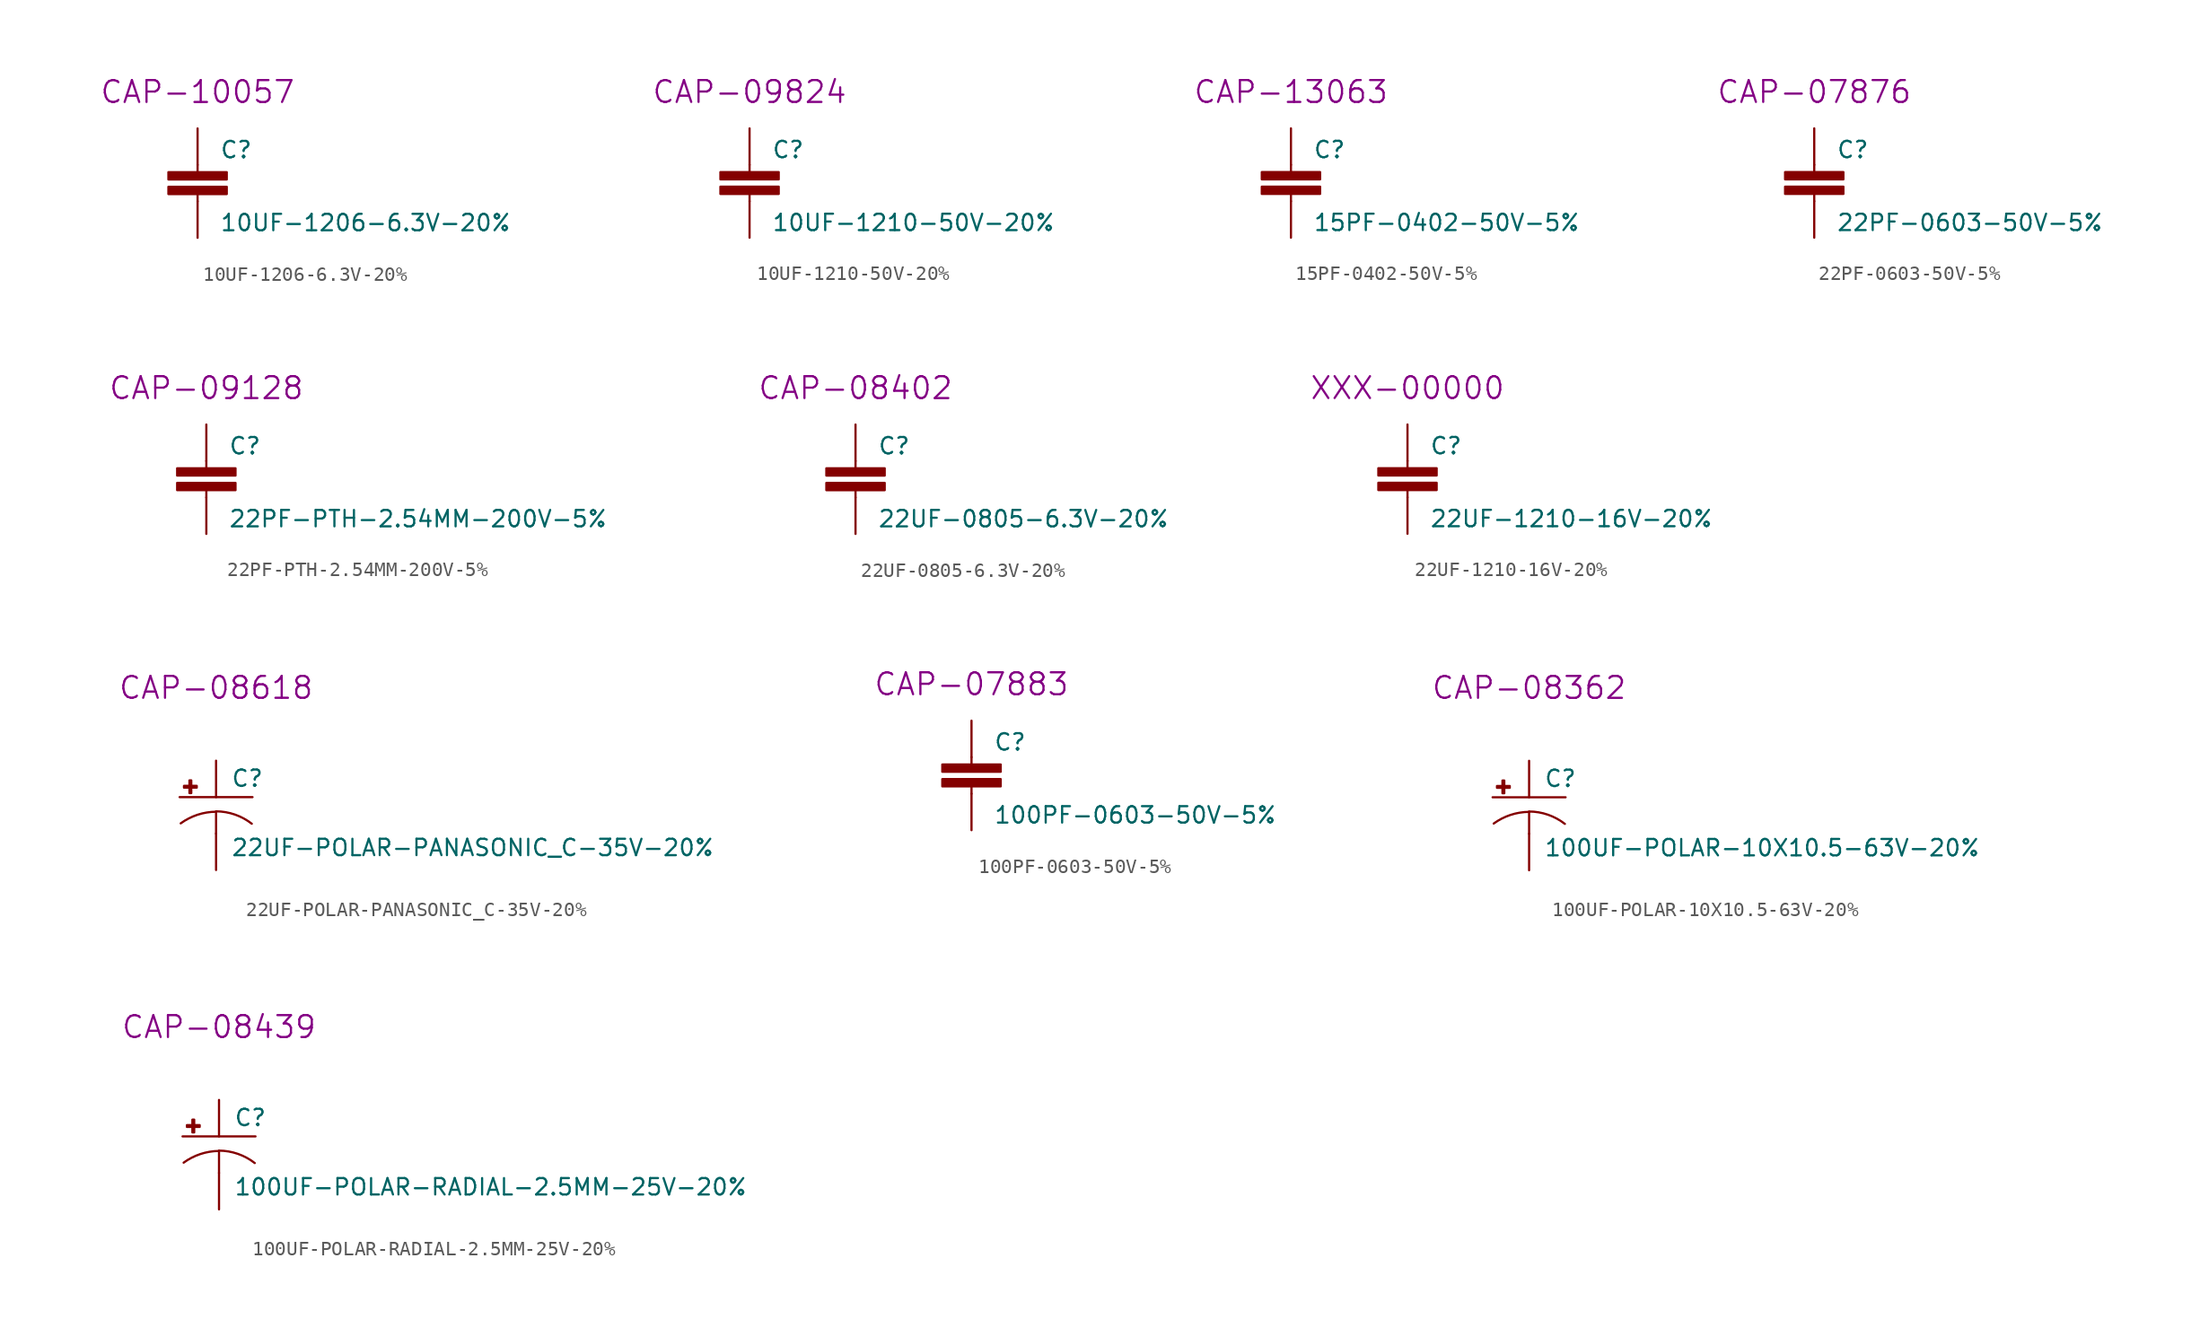
<source format=kicad_sym>
(kicad_symbol_lib
  (version 20211014)
  (generator kicad_symbol_editor)
  (symbol "10UF-1206-6.3V-20%"
    (pin_numbers hide)
    (pin_names
      (offset 1.016) hide)
    (property "Reference" "C"
      (at 1.524 2.921 0)
      (effects (font (size 1.143 1.143)) (justify left bottom)))
    (property "Value" "10UF-1206-6.3V-20%"
      (at 1.524 -2.159 0)
      (effects (font (size 1.143 1.143)) (justify left bottom)))
    (property "Field4" "CAP-10057"
      (at 0 7.62 0)
      (effects (font (size 1.524 1.524))))
    (property "ki_locked" ""
      (at 0 0 0)
      (effects (font (size 1.27 1.27))))
    (symbol "10UF-1206-6.3V-20%_1_0"
      (polyline (pts (xy 0 0) (xy 0 0.508)) (stroke (width 0) (type default) (color 0 0 0 0)) (fill (type none)))
      (polyline (pts (xy 0 2.54) (xy 0 2.032)) (stroke (width 0) (type default) (color 0 0 0 0)) (fill (type none))))
    (symbol "10UF-1206-6.3V-20%_1_1"
      (rectangle (start -2.032 0.508) (end 2.032 1.016) (stroke (width 0) (type default) (color 0 0 0 0)) (fill (type outline)))
      (rectangle (start -2.032 1.524) (end 2.032 2.032) (stroke (width 0) (type default) (color 0 0 0 0)) (fill (type outline)))
      (pin passive line (at 0 5.08 270) (length 2.54) (name "1" (effects (font (size 1.016 1.016)))) (number "1" (effects (font (size 1.016 1.016)))))
      (pin passive line (at 0 -2.54 90) (length 2.54) (name "2" (effects (font (size 1.016 1.016)))) (number "2" (effects (font (size 1.016 1.016)))))))
  (symbol "10UF-1210-50V-20%"
    (pin_numbers hide)
    (pin_names
      (offset 1.016) hide)
    (property "Reference" "C"
      (at 1.524 2.921 0)
      (effects (font (size 1.143 1.143)) (justify left bottom)))
    (property "Value" "10UF-1210-50V-20%"
      (at 1.524 -2.159 0)
      (effects (font (size 1.143 1.143)) (justify left bottom)))
    (property "Field4" "CAP-09824"
      (at 0 7.62 0)
      (effects (font (size 1.524 1.524))))
    (property "ki_locked" ""
      (at 0 0 0)
      (effects (font (size 1.27 1.27))))
    (symbol "10UF-1210-50V-20%_1_0"
      (polyline (pts (xy 0 0) (xy 0 0.508)) (stroke (width 0) (type default) (color 0 0 0 0)) (fill (type none)))
      (polyline (pts (xy 0 2.54) (xy 0 2.032)) (stroke (width 0) (type default) (color 0 0 0 0)) (fill (type none))))
    (symbol "10UF-1210-50V-20%_1_1"
      (rectangle (start -2.032 0.508) (end 2.032 1.016) (stroke (width 0) (type default) (color 0 0 0 0)) (fill (type outline)))
      (rectangle (start -2.032 1.524) (end 2.032 2.032) (stroke (width 0) (type default) (color 0 0 0 0)) (fill (type outline)))
      (pin passive line (at 0 5.08 270) (length 2.54) (name "1" (effects (font (size 1.016 1.016)))) (number "1" (effects (font (size 1.016 1.016)))))
      (pin passive line (at 0 -2.54 90) (length 2.54) (name "2" (effects (font (size 1.016 1.016)))) (number "2" (effects (font (size 1.016 1.016)))))))
  (symbol "15PF-0402-50V-5%"
    (pin_numbers hide)
    (pin_names
      (offset 1.016) hide)
    (property "Reference" "C"
      (at 1.524 2.921 0)
      (effects (font (size 1.143 1.143)) (justify left bottom)))
    (property "Value" "15PF-0402-50V-5%"
      (at 1.524 -2.159 0)
      (effects (font (size 1.143 1.143)) (justify left bottom)))
    (property "Field4" "CAP-13063"
      (at 0 7.62 0)
      (effects (font (size 1.524 1.524))))
    (property "ki_locked" ""
      (at 0 0 0)
      (effects (font (size 1.27 1.27))))
    (symbol "15PF-0402-50V-5%_1_0"
      (polyline (pts (xy 0 0) (xy 0 0.508)) (stroke (width 0) (type default) (color 0 0 0 0)) (fill (type none)))
      (polyline (pts (xy 0 2.54) (xy 0 2.032)) (stroke (width 0) (type default) (color 0 0 0 0)) (fill (type none))))
    (symbol "15PF-0402-50V-5%_1_1"
      (rectangle (start -2.032 0.508) (end 2.032 1.016) (stroke (width 0) (type default) (color 0 0 0 0)) (fill (type outline)))
      (rectangle (start -2.032 1.524) (end 2.032 2.032) (stroke (width 0) (type default) (color 0 0 0 0)) (fill (type outline)))
      (pin passive line (at 0 5.08 270) (length 2.54) (name "1" (effects (font (size 1.016 1.016)))) (number "1" (effects (font (size 1.016 1.016)))))
      (pin passive line (at 0 -2.54 90) (length 2.54) (name "2" (effects (font (size 1.016 1.016)))) (number "2" (effects (font (size 1.016 1.016)))))))
  (symbol "22PF-0603-50V-5%"
    (pin_numbers hide)
    (pin_names
      (offset 1.016) hide)
    (property "Reference" "C"
      (at 1.524 2.921 0)
      (effects (font (size 1.143 1.143)) (justify left bottom)))
    (property "Value" "22PF-0603-50V-5%"
      (at 1.524 -2.159 0)
      (effects (font (size 1.143 1.143)) (justify left bottom)))
    (property "Field4" "CAP-07876"
      (at 0 7.62 0)
      (effects (font (size 1.524 1.524))))
    (property "ki_locked" ""
      (at 0 0 0)
      (effects (font (size 1.27 1.27))))
    (symbol "22PF-0603-50V-5%_1_0"
      (polyline (pts (xy 0 0) (xy 0 0.508)) (stroke (width 0) (type default) (color 0 0 0 0)) (fill (type none)))
      (polyline (pts (xy 0 2.54) (xy 0 2.032)) (stroke (width 0) (type default) (color 0 0 0 0)) (fill (type none))))
    (symbol "22PF-0603-50V-5%_1_1"
      (rectangle (start -2.032 0.508) (end 2.032 1.016) (stroke (width 0) (type default) (color 0 0 0 0)) (fill (type outline)))
      (rectangle (start -2.032 1.524) (end 2.032 2.032) (stroke (width 0) (type default) (color 0 0 0 0)) (fill (type outline)))
      (pin passive line (at 0 5.08 270) (length 2.54) (name "1" (effects (font (size 1.016 1.016)))) (number "1" (effects (font (size 1.016 1.016)))))
      (pin passive line (at 0 -2.54 90) (length 2.54) (name "2" (effects (font (size 1.016 1.016)))) (number "2" (effects (font (size 1.016 1.016)))))))
  (symbol "22PF-PTH-2.54MM-200V-5%"
    (pin_numbers hide)
    (pin_names
      (offset 1.016) hide)
    (property "Reference" "C"
      (at 1.524 2.921 0)
      (effects (font (size 1.143 1.143)) (justify left bottom)))
    (property "Value" "22PF-PTH-2.54MM-200V-5%"
      (at 1.524 -2.159 0)
      (effects (font (size 1.143 1.143)) (justify left bottom)))
    (property "Field4" "CAP-09128"
      (at 0 7.62 0)
      (effects (font (size 1.524 1.524))))
    (property "ki_locked" ""
      (at 0 0 0)
      (effects (font (size 1.27 1.27))))
    (symbol "22PF-PTH-2.54MM-200V-5%_1_0"
      (polyline (pts (xy 0 0) (xy 0 0.508)) (stroke (width 0) (type default) (color 0 0 0 0)) (fill (type none)))
      (polyline (pts (xy 0 2.54) (xy 0 2.032)) (stroke (width 0) (type default) (color 0 0 0 0)) (fill (type none))))
    (symbol "22PF-PTH-2.54MM-200V-5%_1_1"
      (rectangle (start -2.032 0.508) (end 2.032 1.016) (stroke (width 0) (type default) (color 0 0 0 0)) (fill (type outline)))
      (rectangle (start -2.032 1.524) (end 2.032 2.032) (stroke (width 0) (type default) (color 0 0 0 0)) (fill (type outline)))
      (pin passive line (at 0 5.08 270) (length 2.54) (name "1" (effects (font (size 1.016 1.016)))) (number "1" (effects (font (size 1.016 1.016)))))
      (pin passive line (at 0 -2.54 90) (length 2.54) (name "2" (effects (font (size 1.016 1.016)))) (number "2" (effects (font (size 1.016 1.016)))))))
  (symbol "22UF-0805-6.3V-20%"
    (pin_numbers hide)
    (pin_names
      (offset 1.016) hide)
    (property "Reference" "C"
      (at 1.524 2.921 0)
      (effects (font (size 1.143 1.143)) (justify left bottom)))
    (property "Value" "22UF-0805-6.3V-20%"
      (at 1.524 -2.159 0)
      (effects (font (size 1.143 1.143)) (justify left bottom)))
    (property "Field4" "CAP-08402"
      (at 0 7.62 0)
      (effects (font (size 1.524 1.524))))
    (property "ki_locked" ""
      (at 0 0 0)
      (effects (font (size 1.27 1.27))))
    (symbol "22UF-0805-6.3V-20%_1_0"
      (polyline (pts (xy 0 0) (xy 0 0.508)) (stroke (width 0) (type default) (color 0 0 0 0)) (fill (type none)))
      (polyline (pts (xy 0 2.54) (xy 0 2.032)) (stroke (width 0) (type default) (color 0 0 0 0)) (fill (type none))))
    (symbol "22UF-0805-6.3V-20%_1_1"
      (rectangle (start -2.032 0.508) (end 2.032 1.016) (stroke (width 0) (type default) (color 0 0 0 0)) (fill (type outline)))
      (rectangle (start -2.032 1.524) (end 2.032 2.032) (stroke (width 0) (type default) (color 0 0 0 0)) (fill (type outline)))
      (pin passive line (at 0 5.08 270) (length 2.54) (name "1" (effects (font (size 1.016 1.016)))) (number "1" (effects (font (size 1.016 1.016)))))
      (pin passive line (at 0 -2.54 90) (length 2.54) (name "2" (effects (font (size 1.016 1.016)))) (number "2" (effects (font (size 1.016 1.016)))))))
  (symbol "22UF-1210-16V-20%"
    (pin_numbers hide)
    (pin_names
      (offset 1.016) hide)
    (property "Reference" "C"
      (at 1.524 2.921 0)
      (effects (font (size 1.143 1.143)) (justify left bottom)))
    (property "Value" "22UF-1210-16V-20%"
      (at 1.524 -2.159 0)
      (effects (font (size 1.143 1.143)) (justify left bottom)))
    (property "Field4" "XXX-00000"
      (at 0 7.62 0)
      (effects (font (size 1.524 1.524))))
    (property "ki_locked" ""
      (at 0 0 0)
      (effects (font (size 1.27 1.27))))
    (symbol "22UF-1210-16V-20%_1_0"
      (polyline (pts (xy 0 0) (xy 0 0.508)) (stroke (width 0) (type default) (color 0 0 0 0)) (fill (type none)))
      (polyline (pts (xy 0 2.54) (xy 0 2.032)) (stroke (width 0) (type default) (color 0 0 0 0)) (fill (type none))))
    (symbol "22UF-1210-16V-20%_1_1"
      (rectangle (start -2.032 0.508) (end 2.032 1.016) (stroke (width 0) (type default) (color 0 0 0 0)) (fill (type outline)))
      (rectangle (start -2.032 1.524) (end 2.032 2.032) (stroke (width 0) (type default) (color 0 0 0 0)) (fill (type outline)))
      (pin passive line (at 0 5.08 270) (length 2.54) (name "1" (effects (font (size 1.016 1.016)))) (number "1" (effects (font (size 1.016 1.016)))))
      (pin passive line (at 0 -2.54 90) (length 2.54) (name "2" (effects (font (size 1.016 1.016)))) (number "2" (effects (font (size 1.016 1.016)))))))
  (symbol "22UF-POLAR-PANASONIC_C-35V-20%"
    (pin_numbers hide)
    (pin_names
      (offset 1.016) hide)
    (property "Reference" "C"
      (at 1.016 0.635 0)
      (effects (font (size 1.143 1.143)) (justify left bottom)))
    (property "Value" "22UF-POLAR-PANASONIC_C-35V-20%"
      (at 1.016 -4.191 0)
      (effects (font (size 1.143 1.143)) (justify left bottom)))
    (property "Field4" "CAP-08618"
      (at 0 7.62 0)
      (effects (font (size 1.524 1.524))))
    (property "ki_locked" ""
      (at 0 0 0)
      (effects (font (size 1.27 1.27))))
    (symbol "22UF-POLAR-PANASONIC_C-35V-20%_1_0"
      (polyline (pts (xy -2.54 0) (xy 2.54 0)) (stroke (width 0) (type default) (color 0 0 0 0)) (fill (type none)))
      (polyline (pts (xy 0 -1.016) (xy 0 -2.54)) (stroke (width 0) (type default) (color 0 0 0 0)) (fill (type none))))
    (symbol "22UF-POLAR-PANASONIC_C-35V-20%_1_1"
      (rectangle (start -2.235 0.66) (end -1.346 0.787) (stroke (width 0) (type default) (color 0 0 0 0)) (fill (type outline)))
      (rectangle (start -1.854 0.279) (end -1.727 1.168) (stroke (width 0) (type default) (color 0 0 0 0)) (fill (type outline)))
      (arc (start 0 -1.016) (mid -1.2939 -1.2289) (end -2.4638 -1.8288) (stroke (width 0) (type default) (color 0 0 0 0)) (fill (type none)))
      (arc (start 2.4892 -1.8542) (mid 1.3167 -1.2157) (end 0 -0.9906) (stroke (width 0) (type default) (color 0 0 0 0)) (fill (type none)))
      (pin passive line (at 0 2.54 270) (length 2.54) (name "+" (effects (font (size 1.016 1.016)))) (number "+" (effects (font (size 1.016 1.016)))))
      (pin passive line (at 0 -5.08 90) (length 2.54) (name "-" (effects (font (size 1.016 1.016)))) (number "-" (effects (font (size 1.016 1.016)))))))
  (symbol "100PF-0603-50V-5%"
    (pin_numbers hide)
    (pin_names
      (offset 1.016) hide)
    (property "Reference" "C"
      (at 1.524 2.921 0)
      (effects (font (size 1.143 1.143)) (justify left bottom)))
    (property "Value" "100PF-0603-50V-5%"
      (at 1.524 -2.159 0)
      (effects (font (size 1.143 1.143)) (justify left bottom)))
    (property "Field4" "CAP-07883"
      (at 0 7.62 0)
      (effects (font (size 1.524 1.524))))
    (property "ki_locked" ""
      (at 0 0 0)
      (effects (font (size 1.27 1.27))))
    (symbol "100PF-0603-50V-5%_1_0"
      (polyline (pts (xy 0 0) (xy 0 0.508)) (stroke (width 0) (type default) (color 0 0 0 0)) (fill (type none)))
      (polyline (pts (xy 0 2.54) (xy 0 2.032)) (stroke (width 0) (type default) (color 0 0 0 0)) (fill (type none))))
    (symbol "100PF-0603-50V-5%_1_1"
      (rectangle (start -2.032 0.508) (end 2.032 1.016) (stroke (width 0) (type default) (color 0 0 0 0)) (fill (type outline)))
      (rectangle (start -2.032 1.524) (end 2.032 2.032) (stroke (width 0) (type default) (color 0 0 0 0)) (fill (type outline)))
      (pin passive line (at 0 5.08 270) (length 2.54) (name "1" (effects (font (size 1.016 1.016)))) (number "1" (effects (font (size 1.016 1.016)))))
      (pin passive line (at 0 -2.54 90) (length 2.54) (name "2" (effects (font (size 1.016 1.016)))) (number "2" (effects (font (size 1.016 1.016)))))))
  (symbol "100UF-POLAR-10X10.5-63V-20%"
    (pin_numbers hide)
    (pin_names
      (offset 1.016) hide)
    (property "Reference" "C"
      (at 1.016 0.635 0)
      (effects (font (size 1.143 1.143)) (justify left bottom)))
    (property "Value" "100UF-POLAR-10X10.5-63V-20%"
      (at 1.016 -4.191 0)
      (effects (font (size 1.143 1.143)) (justify left bottom)))
    (property "Field4" "CAP-08362"
      (at 0 7.62 0)
      (effects (font (size 1.524 1.524))))
    (property "ki_locked" ""
      (at 0 0 0)
      (effects (font (size 1.27 1.27))))
    (symbol "100UF-POLAR-10X10.5-63V-20%_1_0"
      (polyline (pts (xy -2.54 0) (xy 2.54 0)) (stroke (width 0) (type default) (color 0 0 0 0)) (fill (type none)))
      (polyline (pts (xy 0 -1.016) (xy 0 -2.54)) (stroke (width 0) (type default) (color 0 0 0 0)) (fill (type none))))
    (symbol "100UF-POLAR-10X10.5-63V-20%_1_1"
      (rectangle (start -2.235 0.66) (end -1.346 0.787) (stroke (width 0) (type default) (color 0 0 0 0)) (fill (type outline)))
      (rectangle (start -1.854 0.279) (end -1.727 1.168) (stroke (width 0) (type default) (color 0 0 0 0)) (fill (type outline)))
      (arc (start 0 -1.016) (mid -1.2939 -1.2289) (end -2.4638 -1.8288) (stroke (width 0) (type default) (color 0 0 0 0)) (fill (type none)))
      (arc (start 2.4892 -1.8542) (mid 1.3167 -1.2157) (end 0 -0.9906) (stroke (width 0) (type default) (color 0 0 0 0)) (fill (type none)))
      (pin passive line (at 0 2.54 270) (length 2.54) (name "+" (effects (font (size 1.016 1.016)))) (number "+" (effects (font (size 1.016 1.016)))))
      (pin passive line (at 0 -5.08 90) (length 2.54) (name "-" (effects (font (size 1.016 1.016)))) (number "-" (effects (font (size 1.016 1.016)))))))
  (symbol "100UF-POLAR-RADIAL-2.5MM-25V-20%"
    (pin_numbers hide)
    (pin_names
      (offset 1.016) hide)
    (property "Reference" "C"
      (at 1.016 0.635 0)
      (effects (font (size 1.143 1.143)) (justify left bottom)))
    (property "Value" "100UF-POLAR-RADIAL-2.5MM-25V-20%"
      (at 1.016 -4.191 0)
      (effects (font (size 1.143 1.143)) (justify left bottom)))
    (property "Field4" "CAP-08439"
      (at 0 7.62 0)
      (effects (font (size 1.524 1.524))))
    (property "ki_locked" ""
      (at 0 0 0)
      (effects (font (size 1.27 1.27))))
    (symbol "100UF-POLAR-RADIAL-2.5MM-25V-20%_1_0"
      (polyline (pts (xy -2.54 0) (xy 2.54 0)) (stroke (width 0) (type default) (color 0 0 0 0)) (fill (type none)))
      (polyline (pts (xy 0 -1.016) (xy 0 -2.54)) (stroke (width 0) (type default) (color 0 0 0 0)) (fill (type none))))
    (symbol "100UF-POLAR-RADIAL-2.5MM-25V-20%_1_1"
      (rectangle (start -2.235 0.66) (end -1.346 0.787) (stroke (width 0) (type default) (color 0 0 0 0)) (fill (type outline)))
      (rectangle (start -1.854 0.279) (end -1.727 1.168) (stroke (width 0) (type default) (color 0 0 0 0)) (fill (type outline)))
      (arc (start 0 -1.016) (mid -1.2939 -1.2289) (end -2.4638 -1.8288) (stroke (width 0) (type default) (color 0 0 0 0)) (fill (type none)))
      (arc (start 2.4892 -1.8542) (mid 1.3167 -1.2157) (end 0 -0.9906) (stroke (width 0) (type default) (color 0 0 0 0)) (fill (type none)))
      (pin passive line (at 0 2.54 270) (length 2.54) (name "+" (effects (font (size 1.016 1.016)))) (number "1" (effects (font (size 1.016 1.016)))))
      (pin passive line (at 0 -5.08 90) (length 2.54) (name "-" (effects (font (size 1.016 1.016)))) (number "2" (effects (font (size 1.016 1.016))))))))
</source>
